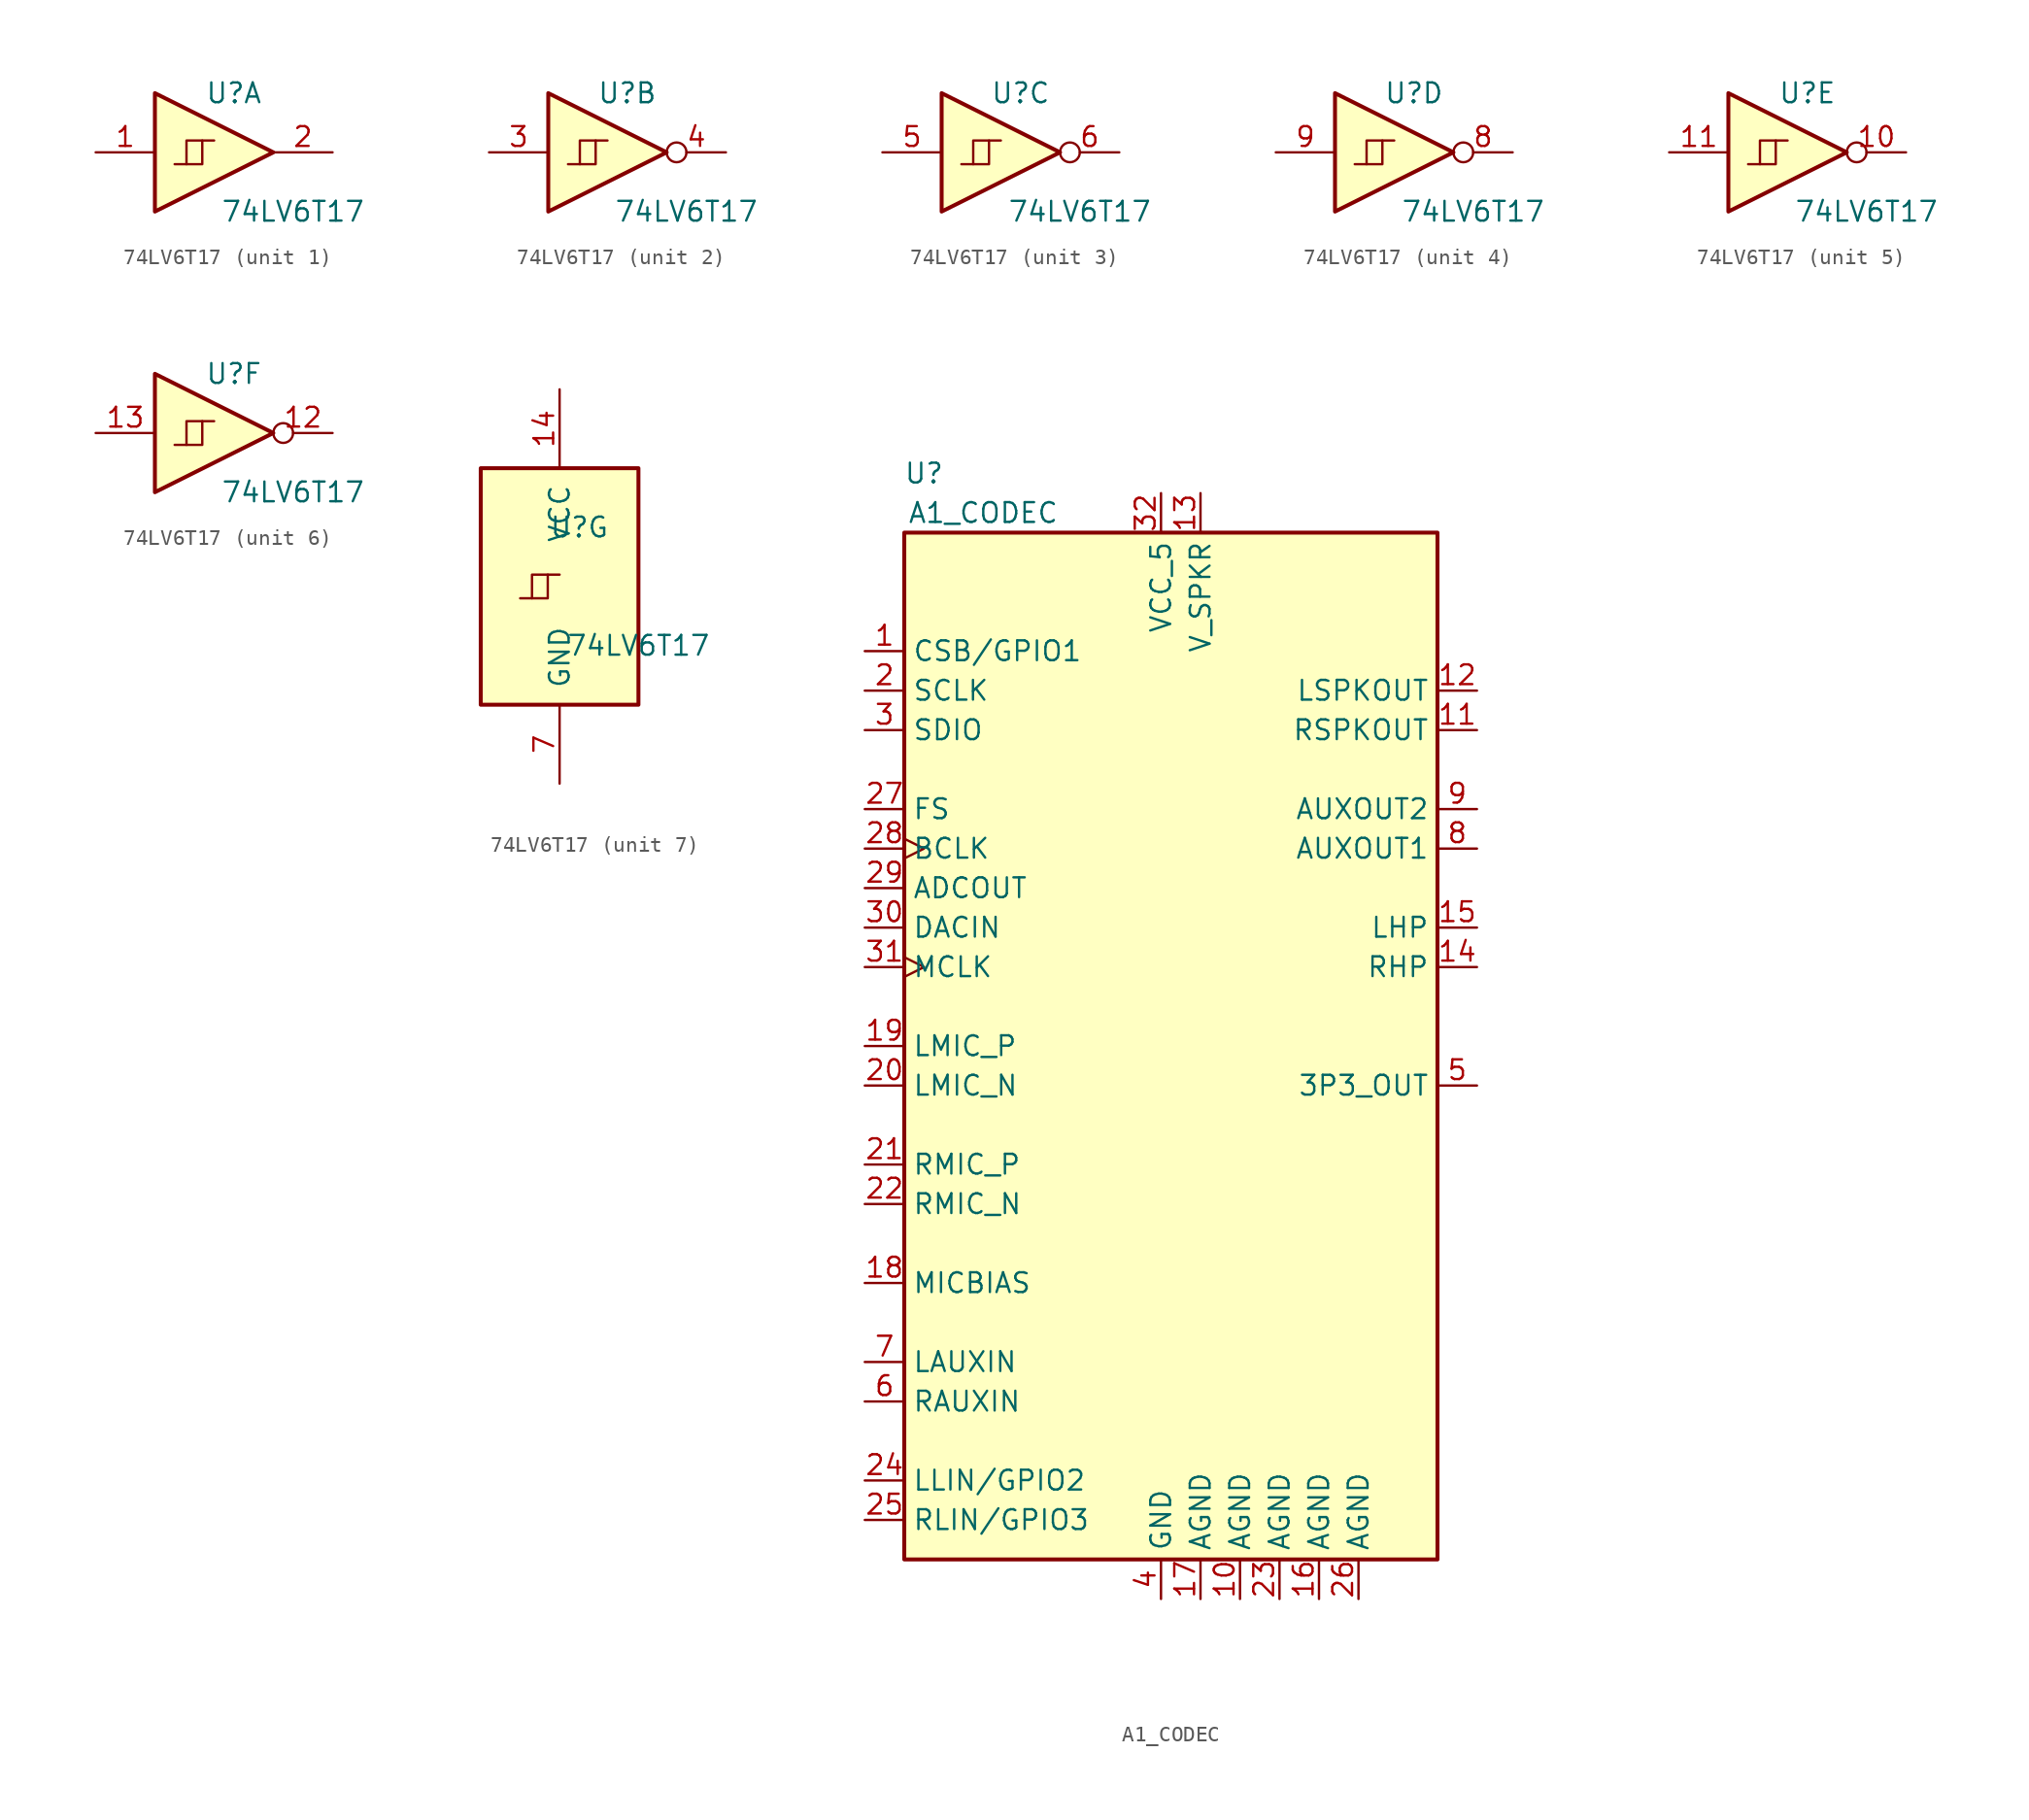
<source format=kicad_sym>
(kicad_symbol_lib
  (version 20231120)
  (generator "kicad_symbol_editor")
  (generator_version "8.0")
  (symbol "74LV6T17"
    (pin_names
      (offset 1.016))
    (property "Reference" "U"
      (at 1.27 3.81 0)
      (effects (font (size 1.27 1.27))))
    (property "Value" "74LV6T17"
      (at 5.08 -3.81 0)
      (effects (font (size 1.27 1.27))))
    (property "ki_locked" ""
      (at 0 0 0)
      (effects (font (size 1.27 1.27))))
    (symbol "74LV6T17_0_1"
      (polyline (pts (xy -1.778 -0.762) (xy -0.762 -0.762) (xy -0.762 0.762)) (stroke (width 0) (type default)) (fill (type none)))
      (polyline (pts (xy -2.54 -0.762) (xy -1.778 -0.762) (xy -1.778 0.762) (xy 0 0.762)) (stroke (width 0) (type default)) (fill (type none))))
    (symbol "74LV6T17_1_0"
      (polyline (pts (xy -3.81 3.81) (xy -3.81 -3.81) (xy 3.81 0) (xy -3.81 3.81)) (stroke (width 0.254) (type default)) (fill (type background)))
      (pin input line (at -7.62 0 0) (length 3.81) (name "~" (effects (font (size 1.27 1.27)))) (number "1" (effects (font (size 1.27 1.27)))))
      (pin output line (at 7.62 0 180) (length 3.81) (name "~" (effects (font (size 1.27 1.27)))) (number "2" (effects (font (size 1.27 1.27))))))
    (symbol "74LV6T17_2_0"
      (polyline (pts (xy -3.81 3.81) (xy -3.81 -3.81) (xy 3.81 0) (xy -3.81 3.81)) (stroke (width 0.254) (type default)) (fill (type background)))
      (pin input line (at -7.62 0 0) (length 3.81) (name "~" (effects (font (size 1.27 1.27)))) (number "3" (effects (font (size 1.27 1.27)))))
      (pin open_collector inverted (at 7.62 0 180) (length 3.81) (name "~" (effects (font (size 1.27 1.27)))) (number "4" (effects (font (size 1.27 1.27))))))
    (symbol "74LV6T17_3_0"
      (polyline (pts (xy -3.81 3.81) (xy -3.81 -3.81) (xy 3.81 0) (xy -3.81 3.81)) (stroke (width 0.254) (type default)) (fill (type background)))
      (pin input line (at -7.62 0 0) (length 3.81) (name "~" (effects (font (size 1.27 1.27)))) (number "5" (effects (font (size 1.27 1.27)))))
      (pin open_collector inverted (at 7.62 0 180) (length 3.81) (name "~" (effects (font (size 1.27 1.27)))) (number "6" (effects (font (size 1.27 1.27))))))
    (symbol "74LV6T17_4_0"
      (polyline (pts (xy -3.81 3.81) (xy -3.81 -3.81) (xy 3.81 0) (xy -3.81 3.81)) (stroke (width 0.254) (type default)) (fill (type background)))
      (pin open_collector inverted (at 7.62 0 180) (length 3.81) (name "~" (effects (font (size 1.27 1.27)))) (number "8" (effects (font (size 1.27 1.27)))))
      (pin input line (at -7.62 0 0) (length 3.81) (name "~" (effects (font (size 1.27 1.27)))) (number "9" (effects (font (size 1.27 1.27))))))
    (symbol "74LV6T17_5_0"
      (polyline (pts (xy -3.81 3.81) (xy -3.81 -3.81) (xy 3.81 0) (xy -3.81 3.81)) (stroke (width 0.254) (type default)) (fill (type background)))
      (pin open_collector inverted (at 7.62 0 180) (length 3.81) (name "~" (effects (font (size 1.27 1.27)))) (number "10" (effects (font (size 1.27 1.27)))))
      (pin input line (at -7.62 0 0) (length 3.81) (name "~" (effects (font (size 1.27 1.27)))) (number "11" (effects (font (size 1.27 1.27))))))
    (symbol "74LV6T17_6_0"
      (polyline (pts (xy -3.81 3.81) (xy -3.81 -3.81) (xy 3.81 0) (xy -3.81 3.81)) (stroke (width 0.254) (type default)) (fill (type background)))
      (pin open_collector inverted (at 7.62 0 180) (length 3.81) (name "~" (effects (font (size 1.27 1.27)))) (number "12" (effects (font (size 1.27 1.27)))))
      (pin input line (at -7.62 0 0) (length 3.81) (name "~" (effects (font (size 1.27 1.27)))) (number "13" (effects (font (size 1.27 1.27))))))
    (symbol "74LV6T17_7_0"
      (pin power_in line (at 0 12.7 270) (length 5.08) (name "VCC" (effects (font (size 1.27 1.27)))) (number "14" (effects (font (size 1.27 1.27)))))
      (pin power_in line (at 0 -12.7 90) (length 5.08) (name "GND" (effects (font (size 1.27 1.27)))) (number "7" (effects (font (size 1.27 1.27))))))
    (symbol "74LV6T17_7_1"
      (rectangle (start -5.08 7.62) (end 5.08 -7.62) (stroke (width 0.254) (type default)) (fill (type background)))))
  (symbol "A1_CODEC"
    (property "Reference" "U"
      (at 1.27 36.83 0)
      (effects (font (size 1.27 1.27))))
    (property "Value" "A1_CODEC"
      (at 5.08 34.29 0)
      (effects (font (size 1.27 1.27))))
    (symbol "A1_CODEC_0_0"
      (pin power_in line (at 21.59 -35.56 90) (length 2.54) (name "AGND" (effects (font (size 1.27 1.27)))) (number "10" (effects (font (size 1.27 1.27)))))
      (pin output line (at 36.83 20.32 180) (length 2.54) (name "RSPKOUT" (effects (font (size 1.27 1.27)))) (number "11" (effects (font (size 1.27 1.27)))))
      (pin output line (at 36.83 22.86 180) (length 2.54) (name "LSPKOUT" (effects (font (size 1.27 1.27)))) (number "12" (effects (font (size 1.27 1.27)))))
      (pin power_in line (at 19.05 35.56 270) (length 2.54) (name "V_SPKR" (effects (font (size 1.27 1.27)))) (number "13" (effects (font (size 1.27 1.27)))))
      (pin output line (at 36.83 5.08 180) (length 2.54) (name "RHP" (effects (font (size 1.27 1.27)))) (number "14" (effects (font (size 1.27 1.27)))))
      (pin output line (at 36.83 7.62 180) (length 2.54) (name "LHP" (effects (font (size 1.27 1.27)))) (number "15" (effects (font (size 1.27 1.27)))))
      (pin power_in line (at 19.05 -35.56 90) (length 2.54) (name "AGND" (effects (font (size 1.27 1.27)))) (number "17" (effects (font (size 1.27 1.27)))))
      (pin output line (at -2.54 -15.24 0) (length 2.54) (name "MICBIAS" (effects (font (size 1.27 1.27)))) (number "18" (effects (font (size 1.27 1.27)))))
      (pin input line (at -2.54 0 0) (length 2.54) (name "LMIC_P" (effects (font (size 1.27 1.27)))) (number "19" (effects (font (size 1.27 1.27)))))
      (pin bidirectional line (at -2.54 22.86 0) (length 2.54) (name "SCLK" (effects (font (size 1.27 1.27)))) (number "2" (effects (font (size 1.27 1.27)))))
      (pin input line (at -2.54 -2.54 0) (length 2.54) (name "LMIC_N" (effects (font (size 1.27 1.27)))) (number "20" (effects (font (size 1.27 1.27)))))
      (pin input line (at -2.54 -7.62 0) (length 2.54) (name "RMIC_P" (effects (font (size 1.27 1.27)))) (number "21" (effects (font (size 1.27 1.27)))))
      (pin input line (at -2.54 -10.16 0) (length 2.54) (name "RMIC_N" (effects (font (size 1.27 1.27)))) (number "22" (effects (font (size 1.27 1.27)))))
      (pin power_in line (at 24.13 -35.56 90) (length 2.54) (name "AGND" (effects (font (size 1.27 1.27)))) (number "23" (effects (font (size 1.27 1.27)))))
      (pin bidirectional line (at -2.54 -27.94 0) (length 2.54) (name "LLIN/GPIO2" (effects (font (size 1.27 1.27)))) (number "24" (effects (font (size 1.27 1.27)))))
      (pin bidirectional line (at -2.54 -30.48 0) (length 2.54) (name "RLIN/GPIO3" (effects (font (size 1.27 1.27)))) (number "25" (effects (font (size 1.27 1.27)))))
      (pin bidirectional line (at -2.54 15.24 0) (length 2.54) (name "FS" (effects (font (size 1.27 1.27)))) (number "27" (effects (font (size 1.27 1.27)))))
      (pin output line (at -2.54 10.16 0) (length 2.54) (name "ADCOUT" (effects (font (size 1.27 1.27)))) (number "29" (effects (font (size 1.27 1.27)))))
      (pin bidirectional line (at -2.54 20.32 0) (length 2.54) (name "SDIO" (effects (font (size 1.27 1.27)))) (number "3" (effects (font (size 1.27 1.27)))))
      (pin input line (at -2.54 7.62 0) (length 2.54) (name "DACIN" (effects (font (size 1.27 1.27)))) (number "30" (effects (font (size 1.27 1.27)))))
      (pin power_in line (at 16.51 35.56 270) (length 2.54) (name "VCC_5" (effects (font (size 1.27 1.27)))) (number "32" (effects (font (size 1.27 1.27)))))
      (pin power_in line (at 16.51 -35.56 90) (length 2.54) (name "GND" (effects (font (size 1.27 1.27)))) (number "4" (effects (font (size 1.27 1.27)))))
      (pin power_out line (at 36.83 -2.54 180) (length 2.54) (name "3P3_OUT" (effects (font (size 1.27 1.27)))) (number "5" (effects (font (size 1.27 1.27)))))
      (pin tri_state line (at -2.54 -22.86 0) (length 2.54) (name "RAUXIN" (effects (font (size 1.27 1.27)))) (number "6" (effects (font (size 1.27 1.27)))))
      (pin input line (at -2.54 -20.32 0) (length 2.54) (name "LAUXIN" (effects (font (size 1.27 1.27)))) (number "7" (effects (font (size 1.27 1.27)))))
      (pin output line (at 36.83 12.7 180) (length 2.54) (name "AUXOUT1" (effects (font (size 1.27 1.27)))) (number "8" (effects (font (size 1.27 1.27)))))
      (pin output line (at 36.83 15.24 180) (length 2.54) (name "AUXOUT2" (effects (font (size 1.27 1.27)))) (number "9" (effects (font (size 1.27 1.27))))))
    (symbol "A1_CODEC_0_1"
      (rectangle (start 0 33.02) (end 34.29 -33.02) (stroke (width 0.254) (type default)) (fill (type background))))
    (symbol "A1_CODEC_1_0"
      (pin bidirectional line (at -2.54 25.4 0) (length 2.54) (name "CSB/GPIO1" (effects (font (size 1.27 1.27)))) (number "1" (effects (font (size 1.27 1.27)))))
      (pin power_in line (at 26.67 -35.56 90) (length 2.54) (name "AGND" (effects (font (size 1.27 1.27)))) (number "16" (effects (font (size 1.27 1.27)))))
      (pin power_in line (at 29.21 -35.56 90) (length 2.54) (name "AGND" (effects (font (size 1.27 1.27)))) (number "26" (effects (font (size 1.27 1.27)))))
      (pin bidirectional clock (at -2.54 12.7 0) (length 2.54) (name "BCLK" (effects (font (size 1.27 1.27)))) (number "28" (effects (font (size 1.27 1.27)))))
      (pin input clock (at -2.54 5.08 0) (length 2.54) (name "MCLK" (effects (font (size 1.27 1.27)))) (number "31" (effects (font (size 1.27 1.27))))))))
</source>
